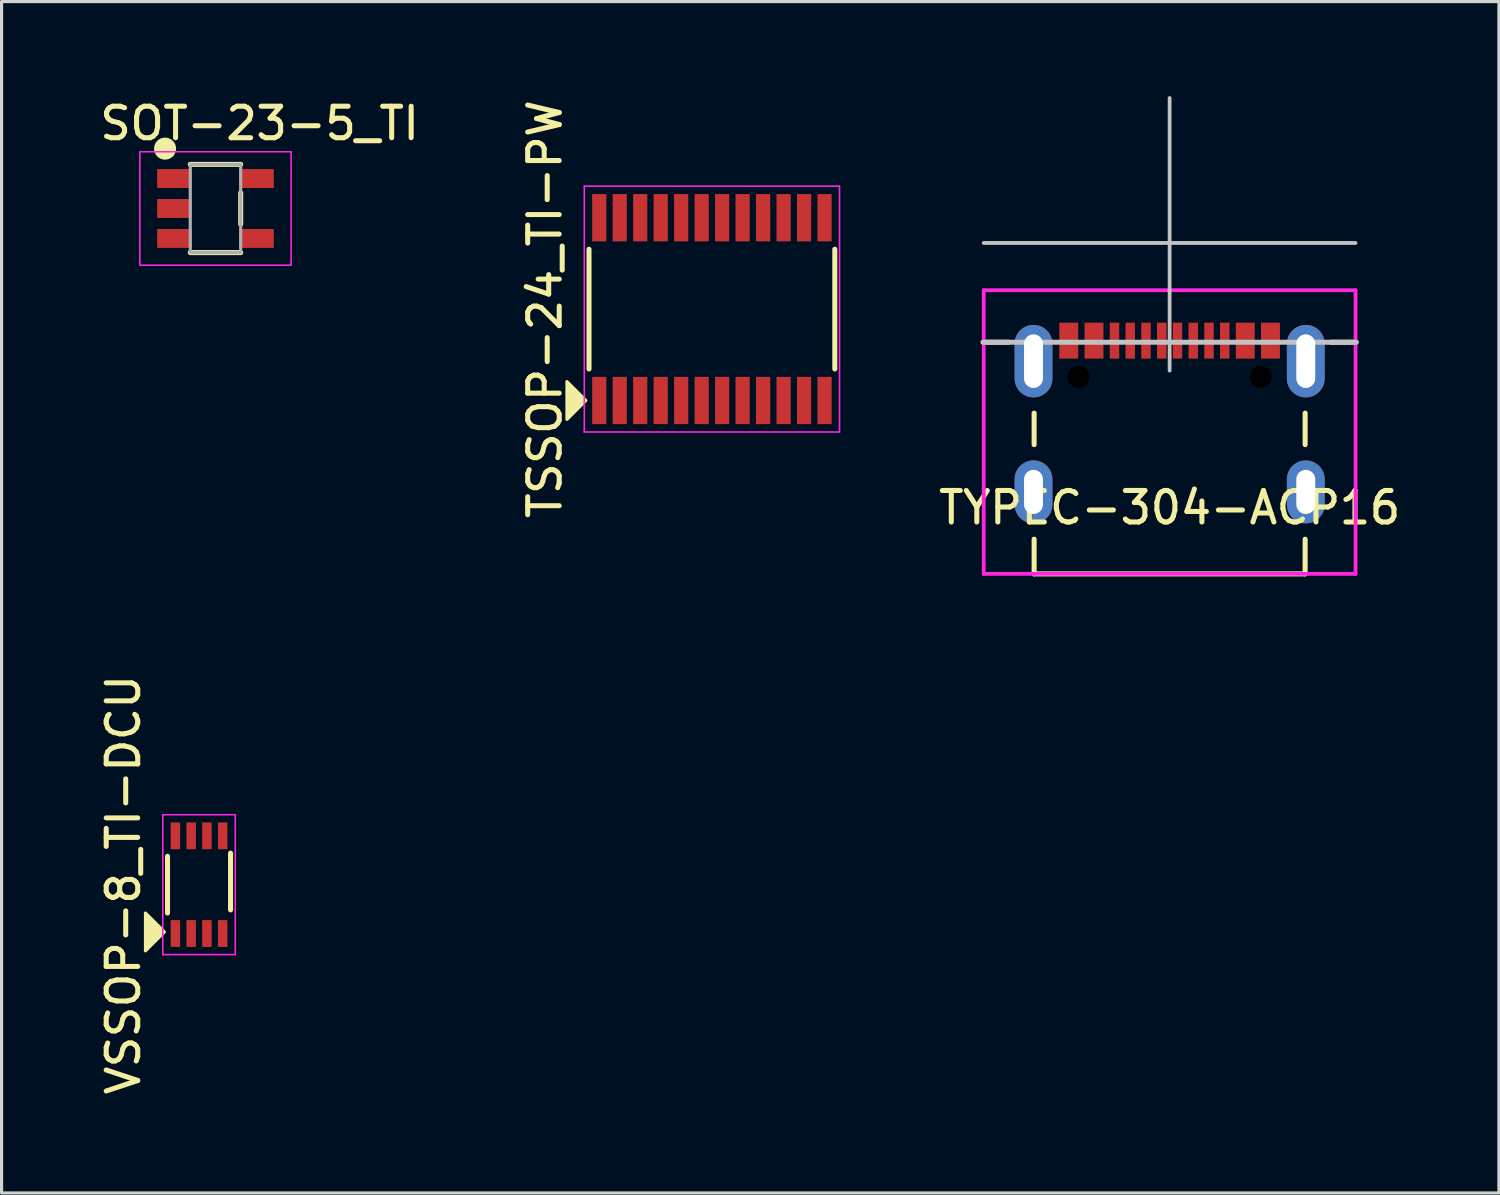
<source format=kicad_pcb>
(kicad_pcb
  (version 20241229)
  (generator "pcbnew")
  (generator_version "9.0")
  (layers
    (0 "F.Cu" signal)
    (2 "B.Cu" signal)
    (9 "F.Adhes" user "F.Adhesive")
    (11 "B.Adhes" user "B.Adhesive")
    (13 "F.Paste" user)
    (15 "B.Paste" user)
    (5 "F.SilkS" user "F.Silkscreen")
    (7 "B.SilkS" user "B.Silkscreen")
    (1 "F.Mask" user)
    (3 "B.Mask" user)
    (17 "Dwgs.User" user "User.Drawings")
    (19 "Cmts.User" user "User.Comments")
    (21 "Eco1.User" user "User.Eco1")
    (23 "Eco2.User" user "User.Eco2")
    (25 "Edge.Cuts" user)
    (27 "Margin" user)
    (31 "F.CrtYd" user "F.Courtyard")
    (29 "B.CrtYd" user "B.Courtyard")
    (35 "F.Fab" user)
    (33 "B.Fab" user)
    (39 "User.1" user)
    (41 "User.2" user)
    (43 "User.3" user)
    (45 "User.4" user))
  (footprint "TSSOP-24_TI-PW"
    (layer "F.Cu")
    (at 19.541 6.759)
    (property "Reference" "TSSOP-24_TI-PW" (at -5.3 0 90) (layer "F.SilkS") (effects (font (size 1 1) (thickness 0.16))))
    (attr smd)
    (fp_line (start -3.9 -1.9) (end -3.9 1.9) (stroke (width 0.16) (type solid)) (layer "F.SilkS"))
    (fp_line (start 3.9 -1.9) (end 3.9 1.9) (stroke (width 0.16) (type solid)) (layer "F.SilkS"))
    (fp_poly (pts (xy -4 2.9) (xy -4.6 2.3) (xy -4.6 3.5)) (stroke (width 0.1) (type solid)) (fill yes) (layer "F.SilkS"))
    (fp_line (start -4.05 -3.9) (end 4.05 -3.9) (stroke (width 0.05) (type default)) (layer "F.CrtYd"))
    (fp_line (start -4.05 3.9) (end -4.05 -3.9) (stroke (width 0.05) (type default)) (layer "F.CrtYd"))
    (fp_line (start 4.05 -3.9) (end 4.05 3.9) (stroke (width 0.05) (type default)) (layer "F.CrtYd"))
    (fp_line (start 4.05 3.9) (end -4.05 3.9) (stroke (width 0.05) (type default)) (layer "F.CrtYd"))
    (pad "1" smd rect (at -3.575 2.9) (size 0.45 1.5) (layers "F.Cu" "F.Mask" "F.Paste"))
    (pad "2" smd rect (at -2.925 2.9) (size 0.45 1.5) (layers "F.Cu" "F.Mask" "F.Paste"))
    (pad "3" smd rect (at -2.275 2.9) (size 0.45 1.5) (layers "F.Cu" "F.Mask" "F.Paste"))
    (pad "4" smd rect (at -1.625 2.9) (size 0.45 1.5) (layers "F.Cu" "F.Mask" "F.Paste"))
    (pad "5" smd rect (at -0.975 2.9) (size 0.45 1.5) (layers "F.Cu" "F.Mask" "F.Paste"))
    (pad "6" smd rect (at -0.325 2.9) (size 0.45 1.5) (layers "F.Cu" "F.Mask" "F.Paste"))
    (pad "7" smd rect (at 0.325 2.9) (size 0.45 1.5) (layers "F.Cu" "F.Mask" "F.Paste"))
    (pad "8" smd rect (at 0.975 2.9) (size 0.45 1.5) (layers "F.Cu" "F.Mask" "F.Paste"))
    (pad "9" smd rect (at 1.625 2.9) (size 0.45 1.5) (layers "F.Cu" "F.Mask" "F.Paste"))
    (pad "10" smd rect (at 2.275 2.9) (size 0.45 1.5) (layers "F.Cu" "F.Mask" "F.Paste"))
    (pad "11" smd rect (at 2.925 2.9) (size 0.45 1.5) (layers "F.Cu" "F.Mask" "F.Paste"))
    (pad "12" smd rect (at 3.575 2.9) (size 0.45 1.5) (layers "F.Cu" "F.Mask" "F.Paste"))
    (pad "13" smd rect (at 3.575 -2.9) (size 0.45 1.5) (layers "F.Cu" "F.Mask" "F.Paste"))
    (pad "14" smd rect (at 2.925 -2.9) (size 0.45 1.5) (layers "F.Cu" "F.Mask" "F.Paste"))
    (pad "15" smd rect (at 2.275 -2.9) (size 0.45 1.5) (layers "F.Cu" "F.Mask" "F.Paste"))
    (pad "16" smd rect (at 1.625 -2.9) (size 0.45 1.5) (layers "F.Cu" "F.Mask" "F.Paste"))
    (pad "17" smd rect (at 0.975 -2.9) (size 0.45 1.5) (layers "F.Cu" "F.Mask" "F.Paste"))
    (pad "18" smd rect (at 0.325 -2.9) (size 0.45 1.5) (layers "F.Cu" "F.Mask" "F.Paste"))
    (pad "19" smd rect (at -0.325 -2.9) (size 0.45 1.5) (layers "F.Cu" "F.Mask" "F.Paste"))
    (pad "20" smd rect (at -0.975 -2.9) (size 0.45 1.5) (layers "F.Cu" "F.Mask" "F.Paste"))
    (pad "21" smd rect (at -1.625 -2.9) (size 0.45 1.5) (layers "F.Cu" "F.Mask" "F.Paste"))
    (pad "22" smd rect (at -2.275 -2.9) (size 0.45 1.5) (layers "F.Cu" "F.Mask" "F.Paste"))
    (pad "23" smd rect (at -2.925 -2.9) (size 0.45 1.5) (layers "F.Cu" "F.Mask" "F.Paste"))
    (pad "24" smd rect (at -3.575 -2.9) (size 0.45 1.5) (layers "F.Cu" "F.Mask" "F.Paste")))
  (footprint "TYPEC-304-ACP16"
    (layer "F.Cu")
    (at 34.066 12.56)
    (property "Reference" "TYPEC-304-ACP16" (at 0 0.5 0) (layer "F.SilkS") (effects (font (size 1 1) (thickness 0.16))))
    (attr smd)
    (fp_line (start -5.9 -4.75) (end -5.12 -4.75) (stroke (width 0.16) (type solid)) (layer "F.SilkS"))
    (fp_line (start -4.3 -2.5) (end -4.3 -1.5) (stroke (width 0.16) (type solid)) (layer "F.SilkS"))
    (fp_line (start -4.3 1.5) (end -4.3 2.6) (stroke (width 0.16) (type solid)) (layer "F.SilkS"))
    (fp_line (start -4.3 2.6) (end 4.3 2.6) (stroke (width 0.16) (type solid)) (layer "F.SilkS"))
    (fp_line (start 4.3 -1.5) (end 4.3 -2.5) (stroke (width 0.16) (type solid)) (layer "F.SilkS"))
    (fp_line (start 4.3 2.6) (end 4.3 1.5) (stroke (width 0.16) (type solid)) (layer "F.SilkS"))
    (fp_line (start 5.9 -4.75) (end 5.12 -4.75) (stroke (width 0.16) (type solid)) (layer "F.SilkS"))
    (fp_line (start -5.925 -4.75) (end 5.925 -4.75) (stroke (width 0.16) (type solid)) (layer "Dwgs.User"))
    (fp_line (start -5.9 -7.9) (end 5.9 -7.9) (stroke (width 0.12) (type solid)) (layer "Dwgs.User"))
    (fp_line (start 0 -3.85) (end 0 -12.5) (stroke (width 0.12) (type solid)) (layer "Dwgs.User"))
    (fp_line (start -5.9 -6.4) (end 5.9 -6.4) (stroke (width 0.12) (type solid)) (layer "F.CrtYd"))
    (fp_line (start -5.9 2.6) (end -5.9 -6.4) (stroke (width 0.12) (type solid)) (layer "F.CrtYd"))
    (fp_line (start -4.3 2.6) (end -5.9 2.6) (stroke (width 0.12) (type solid)) (layer "F.CrtYd"))
    (fp_line (start 5.9 -6.4) (end 5.9 2.6) (stroke (width 0.12) (type solid)) (layer "F.CrtYd"))
    (fp_line (start 5.9 2.6) (end -4.3 2.6) (stroke (width 0.12) (type solid)) (layer "F.CrtYd"))
    (pad "" np_thru_hole circle (at -2.89 -3.65) (size 0.7 0.7) (drill 0.7) (layers "*.Mask"))
    (pad "" np_thru_hole circle (at 2.89 -3.65) (size 0.7 0.7) (drill 0.7) (layers "*.Mask"))
    (pad "A5" smd rect (at -1.25 -4.8) (size 0.3 1.14) (layers "F.Cu" "F.Mask" "F.Paste"))
    (pad "A6" smd rect (at -0.25 -4.8) (size 0.3 1.14) (layers "F.Cu" "F.Mask" "F.Paste"))
    (pad "A7" smd rect (at 0.25 -4.8) (size 0.3 1.14) (layers "F.Cu" "F.Mask" "F.Paste"))
    (pad "A8" smd rect (at 1.25 -4.8) (size 0.3 1.14) (layers "F.Cu" "F.Mask" "F.Paste"))
    (pad "B5" smd rect (at 1.75 -4.8) (size 0.3 1.14) (layers "F.Cu" "F.Mask" "F.Paste"))
    (pad "B6" smd rect (at 0.75 -4.8) (size 0.3 1.14) (layers "F.Cu" "F.Mask" "F.Paste"))
    (pad "B7" smd rect (at -0.75 -4.8) (size 0.3 1.14) (layers "F.Cu" "F.Mask" "F.Paste"))
    (pad "B8" smd rect (at -1.75 -4.8) (size 0.3 1.14) (layers "F.Cu" "F.Mask" "F.Paste"))
    (pad "GND1" smd rect (at 3.2 -4.8) (size 0.6 1.14) (layers "F.Cu" "F.Mask" "F.Paste"))
    (pad "GND2" smd rect (at -3.2 -4.8) (size 0.6 1.14) (layers "F.Cu" "F.Mask" "F.Paste"))
    (pad "S1" thru_hole oval (at 4.32 0) (size 1.2 2) (drill oval 0.6 1.4) (layers "*.Cu" "*.Mask" "F.Paste"))
    (pad "S2" thru_hole oval (at 4.32 -4.15) (size 1.2 2.3) (drill oval 0.6 1.7) (layers "*.Cu" "*.Mask" "F.Paste"))
    (pad "S3" thru_hole oval (at -4.32 -4.15) (size 1.2 2.3) (drill oval 0.6 1.7) (layers "*.Cu" "*.Mask" "F.Paste"))
    (pad "S4" thru_hole oval (at -4.32 0) (size 1.2 2) (drill oval 0.6 1.4) (layers "*.Cu" "*.Mask" "F.Paste"))
    (pad "VBUS1" smd rect (at 2.4 -4.8) (size 0.6 1.14) (layers "F.Cu" "F.Mask" "F.Paste"))
    (pad "VBUS2" smd rect (at -2.4 -4.8) (size 0.6 1.14) (layers "F.Cu" "F.Mask" "F.Paste")))
  (footprint "SOT-23-5_TI"
    (layer "F.Cu")
    (at 3.788 3.566)
    (property "Reference" "SOT-23-5_TI" (at 1.4 -2.7 0) (unlocked yes) (layer "F.SilkS") (effects (font (size 1 1) (thickness 0.16))))
    (attr smd)
    (fp_line (start -0.8 -1.4) (end 0.8 -1.4) (stroke (width 0.16) (type solid)) (layer "F.SilkS"))
    (fp_line (start -0.8 1.4) (end 0.8 1.4) (stroke (width 0.16) (type solid)) (layer "F.SilkS"))
    (fp_line (start 0.8 -0.5) (end 0.8 0.5) (stroke (width 0.16) (type solid)) (layer "F.SilkS"))
    (fp_circle (center -1.6 -1.9) (end -1.3 -1.9) (stroke (width 0.1) (type solid)) (fill yes) (layer "F.SilkS"))
    (fp_rect (start -2.4 -1.8) (end 2.4 1.8) (stroke (width 0.05) (type default)) (fill no) (layer "F.CrtYd"))
    (fp_rect (start -0.8 -1.4) (end 0.8 1.4) (stroke (width 0.1) (type solid)) (fill no) (layer "F.Fab"))
    (pad "1" smd rect (at -1.3 -0.95) (size 1.1 0.6) (layers "F.Cu" "F.Mask" "F.Paste"))
    (pad "2" smd rect (at -1.3 0) (size 1.1 0.6) (layers "F.Cu" "F.Mask" "F.Paste"))
    (pad "3" smd rect (at -1.3 0.95) (size 1.1 0.6) (layers "F.Cu" "F.Mask" "F.Paste"))
    (pad "4" smd rect (at 1.3 0.95) (size 1.1 0.6) (layers "F.Cu" "F.Mask" "F.Paste"))
    (pad "5" smd rect (at 1.3 -0.95) (size 1.1 0.6) (layers "F.Cu" "F.Mask" "F.Paste")))
  (footprint "VSSOP-8_TI-DCU"
    (layer "F.Cu")
    (at 3.266 25.023)
    (property "Reference" "VSSOP-8_TI-DCU" (at -2.4 0 90) (layer "F.SilkS") (effects (font (size 1 1) (thickness 0.16))))
    (attr smd)
    (fp_line (start -1 -0.9) (end -1 0.9) (stroke (width 0.16) (type solid)) (layer "F.SilkS"))
    (fp_line (start 1 -1) (end 1 0.8) (stroke (width 0.16) (type solid)) (layer "F.SilkS"))
    (fp_poly (pts (xy -1.1 1.5) (xy -1.7 0.9) (xy -1.7 2.1)) (stroke (width 0.1) (type solid)) (fill yes) (layer "F.SilkS"))
    (fp_line (start -1.15 -2.22) (end 1.15 -2.22) (stroke (width 0.05) (type default)) (layer "F.CrtYd"))
    (fp_line (start -1.15 2.22) (end -1.15 -2.22) (stroke (width 0.05) (type default)) (layer "F.CrtYd"))
    (fp_line (start 1.15 -2.22) (end 1.15 2.22) (stroke (width 0.05) (type default)) (layer "F.CrtYd"))
    (fp_line (start 1.15 2.22) (end -1.15 2.22) (stroke (width 0.05) (type default)) (layer "F.CrtYd"))
    (pad "1" smd rect (at -0.75 1.55) (size 0.3 0.85) (layers "F.Cu" "F.Mask" "F.Paste"))
    (pad "2" smd rect (at -0.25 1.55) (size 0.3 0.85) (layers "F.Cu" "F.Mask" "F.Paste"))
    (pad "3" smd rect (at 0.25 1.55) (size 0.3 0.85) (layers "F.Cu" "F.Mask" "F.Paste"))
    (pad "4" smd rect (at 0.75 1.55) (size 0.3 0.85) (layers "F.Cu" "F.Mask" "F.Paste"))
    (pad "5" smd rect (at 0.75 -1.55) (size 0.3 0.85) (layers "F.Cu" "F.Mask" "F.Paste"))
    (pad "6" smd rect (at 0.25 -1.55) (size 0.3 0.85) (layers "F.Cu" "F.Mask" "F.Paste"))
    (pad "7" smd rect (at -0.25 -1.55) (size 0.3 0.85) (layers "F.Cu" "F.Mask" "F.Paste"))
    (pad "8" smd rect (at -0.75 -1.55) (size 0.3 0.85) (layers "F.Cu" "F.Mask" "F.Paste")))
  (gr_rect
    (start -3 -3)
    (end 44.515 34.806)
    (stroke (width 0.1) (type default))
    (fill no)
    (layer "Edge.Cuts")))
</source>
